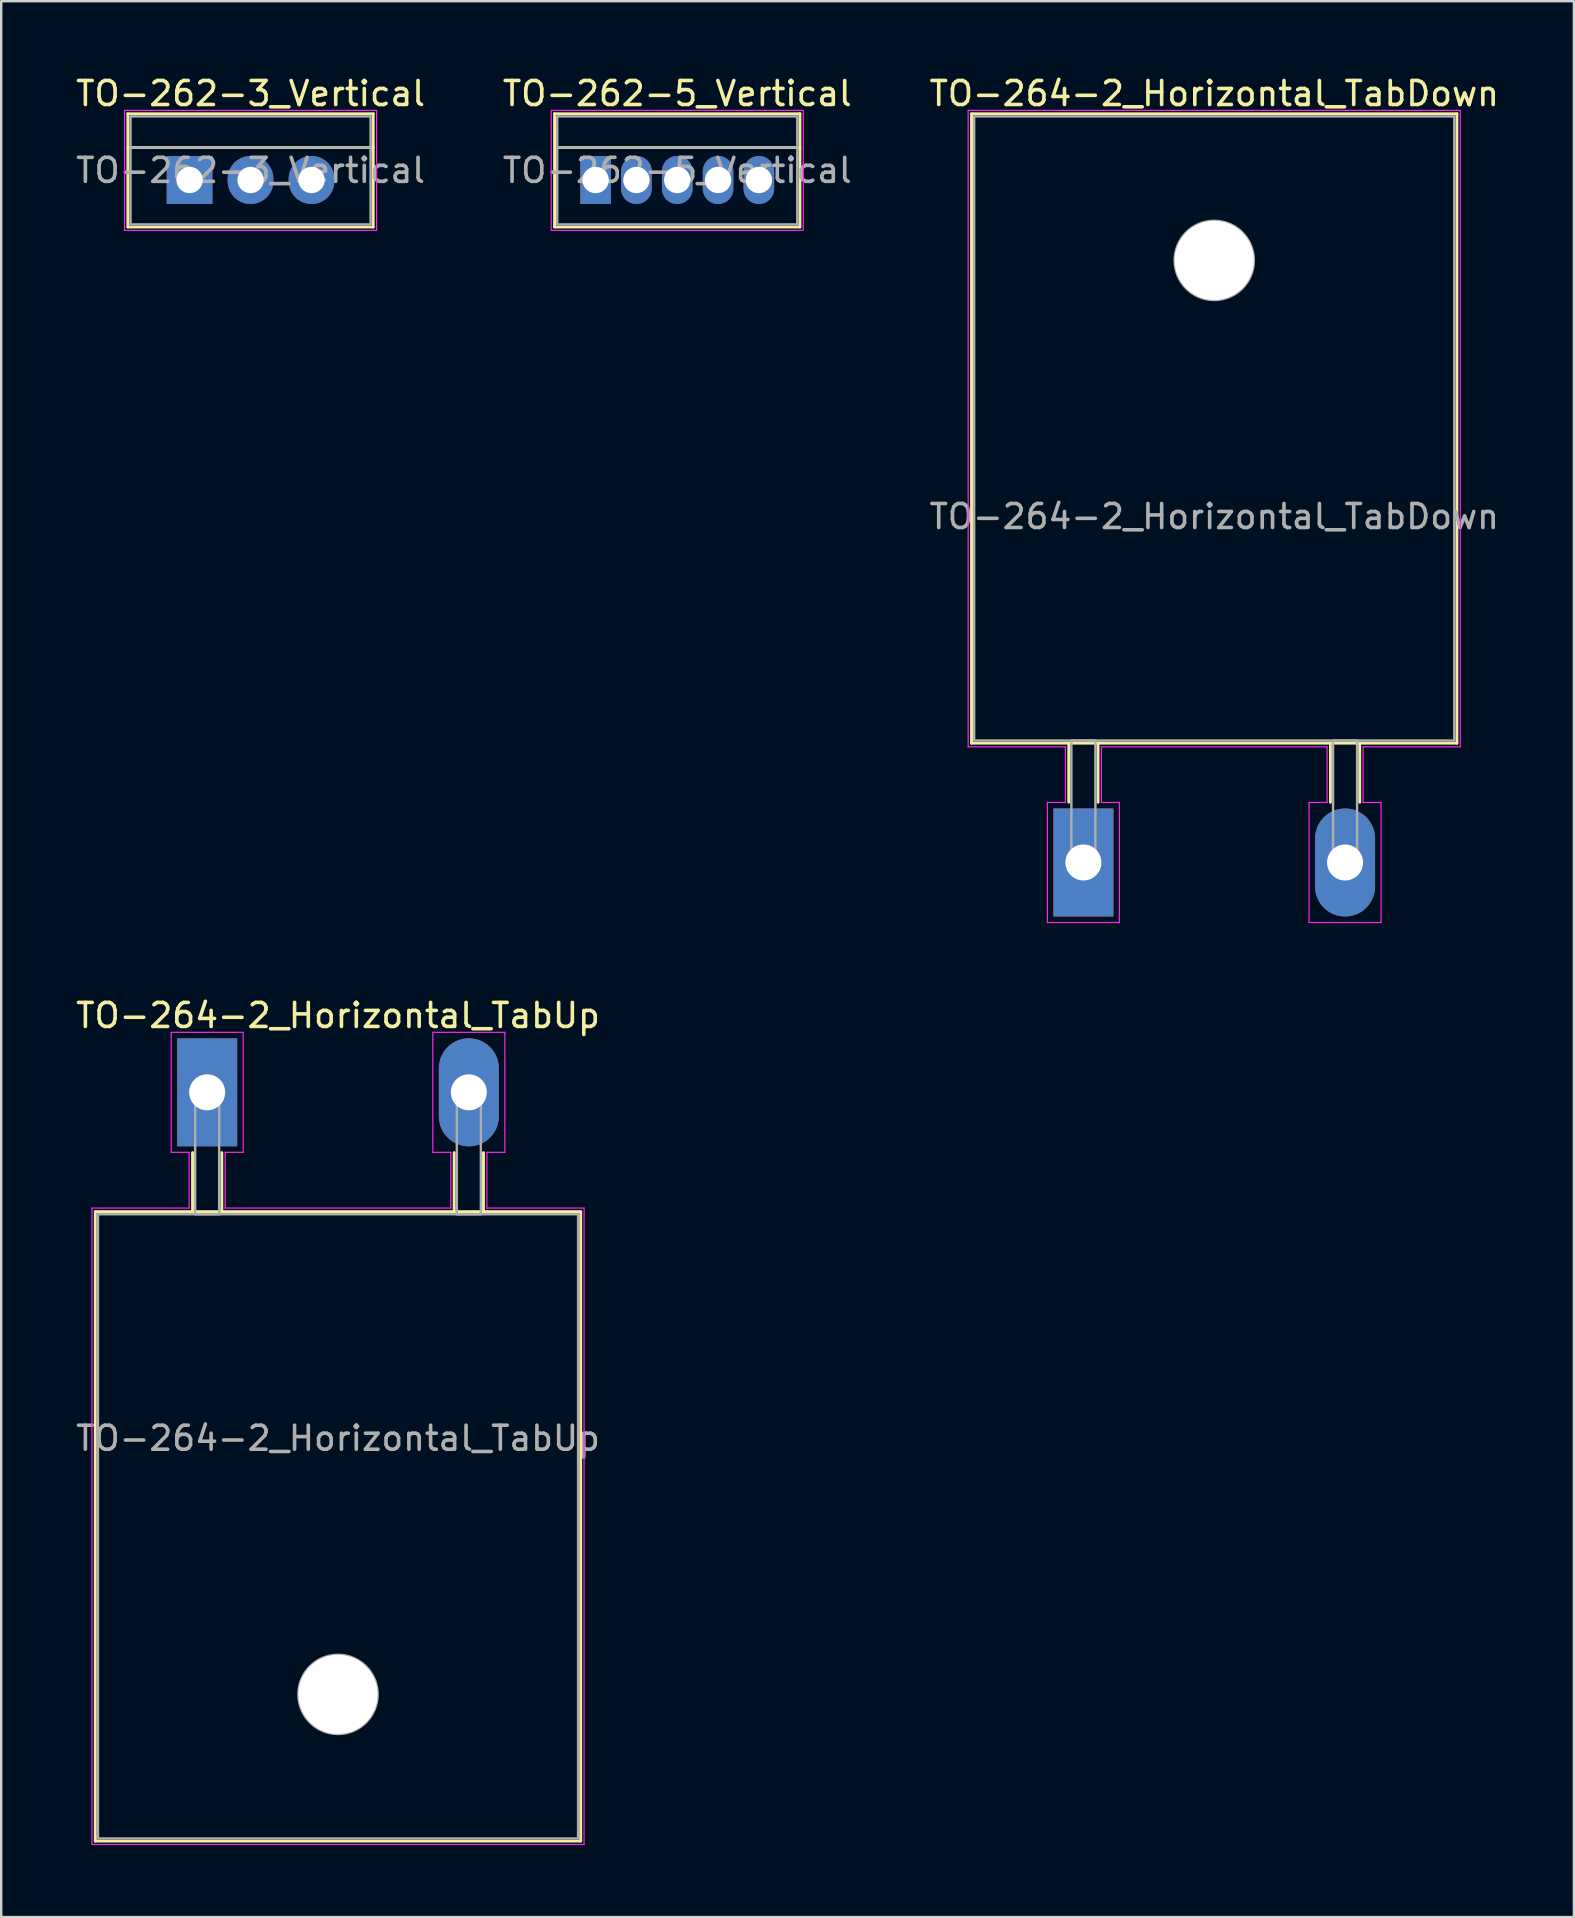
<source format=kicad_pcb>
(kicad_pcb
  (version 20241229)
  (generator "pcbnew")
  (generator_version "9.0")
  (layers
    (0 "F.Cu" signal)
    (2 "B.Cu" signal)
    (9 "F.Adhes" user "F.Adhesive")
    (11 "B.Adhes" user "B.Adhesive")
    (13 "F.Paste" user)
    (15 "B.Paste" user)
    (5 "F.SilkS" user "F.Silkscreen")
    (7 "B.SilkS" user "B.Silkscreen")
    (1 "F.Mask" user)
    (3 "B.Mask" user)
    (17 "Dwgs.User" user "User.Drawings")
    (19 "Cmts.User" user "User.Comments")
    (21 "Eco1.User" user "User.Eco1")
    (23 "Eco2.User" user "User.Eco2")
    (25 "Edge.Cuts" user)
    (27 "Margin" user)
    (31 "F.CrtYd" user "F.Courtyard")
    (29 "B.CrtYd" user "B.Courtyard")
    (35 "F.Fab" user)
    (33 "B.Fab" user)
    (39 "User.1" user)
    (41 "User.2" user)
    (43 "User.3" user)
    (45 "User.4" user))
  (footprint "TO-262-5_Vertical"
    (layer "F.Cu")
    (at 21.761 4.448)
    (property "Reference" "TO-262-5_Vertical" (at 3.4 -3.6 0) (layer "F.SilkS") (effects (font (size 1 1) (thickness 0.15))))
    (attr through_hole)
    (fp_line (start -1.71 -2.76) (end 8.51 -2.76) (stroke (width 0.12) (type solid)) (layer "F.SilkS"))
    (fp_line (start -1.71 -1.35) (end 8.51 -1.35) (stroke (width 0.12) (type solid)) (layer "F.SilkS"))
    (fp_line (start -1.71 1.96) (end -1.71 -2.76) (stroke (width 0.12) (type solid)) (layer "F.SilkS"))
    (fp_line (start 8.51 -2.76) (end 8.51 1.96) (stroke (width 0.12) (type solid)) (layer "F.SilkS"))
    (fp_line (start 8.51 1.96) (end -1.71 1.96) (stroke (width 0.12) (type solid)) (layer "F.SilkS"))
    (fp_rect (start -1.85 -2.9) (end 8.65 2.1) (stroke (width 0.05) (type solid)) (fill no) (layer "F.CrtYd"))
    (fp_line (start -1.6 -1.35) (end 8.4 -1.35) (stroke (width 0.1) (type solid)) (layer "F.Fab"))
    (fp_rect (start -1.6 -2.65) (end 8.4 1.85) (stroke (width 0.1) (type solid)) (fill no) (layer "F.Fab"))
    (fp_text user "${REFERENCE}" (at 3.4 -0.4 0) (layer "F.Fab") (effects (font (size 1 1) (thickness 0.15))))
    (pad "1" thru_hole rect (at 0 0) (size 1.275 2) (drill 1.1) (layers "*.Cu" "*.Mask"))
    (pad "2" thru_hole oval (at 1.7 0) (size 1.275 2) (drill 1.1) (layers "*.Cu" "*.Mask"))
    (pad "3" thru_hole oval (at 3.4 0) (size 1.275 2) (drill 1.1) (layers "*.Cu" "*.Mask"))
    (pad "4" thru_hole oval (at 5.1 0) (size 1.275 2) (drill 1.1) (layers "*.Cu" "*.Mask"))
    (pad "5" thru_hole oval (at 6.8 0) (size 1.275 2) (drill 1.1) (layers "*.Cu" "*.Mask")))
  (footprint "TO-262-3_Vertical"
    (layer "F.Cu")
    (at 4.847 4.448)
    (property "Reference" "TO-262-3_Vertical" (at 2.54 -3.6 0) (layer "F.SilkS") (effects (font (size 1 1) (thickness 0.15))))
    (attr through_hole)
    (fp_line (start -2.57 -2.76) (end 7.65 -2.76) (stroke (width 0.12) (type solid)) (layer "F.SilkS"))
    (fp_line (start -2.57 -1.35) (end 7.65 -1.35) (stroke (width 0.12) (type solid)) (layer "F.SilkS"))
    (fp_line (start -2.57 1.96) (end -2.57 -2.76) (stroke (width 0.12) (type solid)) (layer "F.SilkS"))
    (fp_line (start 7.65 -2.76) (end 7.65 1.96) (stroke (width 0.12) (type solid)) (layer "F.SilkS"))
    (fp_line (start 7.65 1.96) (end -2.57 1.96) (stroke (width 0.12) (type solid)) (layer "F.SilkS"))
    (fp_rect (start -2.71 -2.9) (end 7.79 2.1) (stroke (width 0.05) (type solid)) (fill no) (layer "F.CrtYd"))
    (fp_line (start -2.46 -1.35) (end 7.54 -1.35) (stroke (width 0.1) (type solid)) (layer "F.Fab"))
    (fp_rect (start -2.46 -2.65) (end 7.54 1.85) (stroke (width 0.1) (type solid)) (fill no) (layer "F.Fab"))
    (fp_text user "${REFERENCE}" (at 2.54 -0.4 0) (layer "F.Fab") (effects (font (size 1 1) (thickness 0.15))))
    (pad "1" thru_hole rect (at 0 0) (size 1.905 2) (drill 1.1) (layers "*.Cu" "*.Mask"))
    (pad "2" thru_hole oval (at 2.54 0) (size 1.905 2) (drill 1.1) (layers "*.Cu" "*.Mask"))
    (pad "3" thru_hole oval (at 5.08 0) (size 1.905 2) (drill 1.1) (layers "*.Cu" "*.Mask")))
  (footprint "TO-264-2_Horizontal_TabUp"
    (layer "F.Cu")
    (at 5.58 42.452)
    (property "Reference" "TO-264-2_Horizontal_TabUp" (at 5.45 -3.2 0) (layer "F.SilkS") (effects (font (size 1 1) (thickness 0.15))))
    (attr through_hole)
    (fp_line (start -4.66 4.97) (end -4.66 31.19) (stroke (width 0.12) (type solid)) (layer "F.SilkS"))
    (fp_line (start -4.66 4.97) (end 15.56 4.97) (stroke (width 0.12) (type solid)) (layer "F.SilkS"))
    (fp_line (start -4.66 31.19) (end 15.56 31.19) (stroke (width 0.12) (type solid)) (layer "F.SilkS"))
    (fp_line (start -0.61 4.97) (end -0.61 2.51) (stroke (width 0.12) (type solid)) (layer "F.SilkS"))
    (fp_line (start 0.61 4.97) (end 0.61 2.51) (stroke (width 0.12) (type solid)) (layer "F.SilkS"))
    (fp_line (start 10.29 4.97) (end 10.29 2.51) (stroke (width 0.12) (type solid)) (layer "F.SilkS"))
    (fp_line (start 11.51 4.97) (end 11.51 2.51) (stroke (width 0.12) (type solid)) (layer "F.SilkS"))
    (fp_line (start 15.56 4.97) (end 15.56 31.19) (stroke (width 0.12) (type solid)) (layer "F.SilkS"))
    (fp_line (start -4.8 4.82) (end -0.75 4.82) (stroke (width 0.05) (type solid)) (layer "F.CrtYd"))
    (fp_line (start -4.8 31.33) (end -4.8 4.82) (stroke (width 0.05) (type solid)) (layer "F.CrtYd"))
    (fp_line (start -1.5 -2.5) (end 1.5 -2.5) (stroke (width 0.05) (type solid)) (layer "F.CrtYd"))
    (fp_line (start -1.5 2.5) (end -1.5 -2.5) (stroke (width 0.05) (type solid)) (layer "F.CrtYd"))
    (fp_line (start -0.75 2.5) (end -1.5 2.5) (stroke (width 0.05) (type solid)) (layer "F.CrtYd"))
    (fp_line (start -0.75 4.82) (end -0.75 2.5) (stroke (width 0.05) (type solid)) (layer "F.CrtYd"))
    (fp_line (start 0.75 2.5) (end 0.75 4.82) (stroke (width 0.05) (type solid)) (layer "F.CrtYd"))
    (fp_line (start 0.75 4.82) (end 10.15 4.82) (stroke (width 0.05) (type solid)) (layer "F.CrtYd"))
    (fp_line (start 1.5 -2.5) (end 1.5 2.5) (stroke (width 0.05) (type solid)) (layer "F.CrtYd"))
    (fp_line (start 1.5 2.5) (end 0.75 2.5) (stroke (width 0.05) (type solid)) (layer "F.CrtYd"))
    (fp_line (start 9.4 -2.5) (end 12.4 -2.5) (stroke (width 0.05) (type solid)) (layer "F.CrtYd"))
    (fp_line (start 9.4 2.5) (end 9.4 -2.5) (stroke (width 0.05) (type solid)) (layer "F.CrtYd"))
    (fp_line (start 10.15 2.5) (end 9.4 2.5) (stroke (width 0.05) (type solid)) (layer "F.CrtYd"))
    (fp_line (start 10.15 4.82) (end 10.15 2.5) (stroke (width 0.05) (type solid)) (layer "F.CrtYd"))
    (fp_line (start 11.65 2.5) (end 11.65 4.82) (stroke (width 0.05) (type solid)) (layer "F.CrtYd"))
    (fp_line (start 11.65 4.82) (end 15.7 4.82) (stroke (width 0.05) (type solid)) (layer "F.CrtYd"))
    (fp_line (start 12.4 -2.5) (end 12.4 2.5) (stroke (width 0.05) (type solid)) (layer "F.CrtYd"))
    (fp_line (start 12.4 2.5) (end 11.65 2.5) (stroke (width 0.05) (type solid)) (layer "F.CrtYd"))
    (fp_line (start 15.7 4.82) (end 15.7 31.33) (stroke (width 0.05) (type solid)) (layer "F.CrtYd"))
    (fp_line (start 15.7 31.33) (end -4.8 31.33) (stroke (width 0.05) (type solid)) (layer "F.CrtYd"))
    (fp_rect (start -4.55 5.08) (end 15.45 31.08) (stroke (width 0.1) (type solid)) (fill no) (layer "F.Fab"))
    (fp_rect (start -0.5 0) (end 0.5 5.08) (stroke (width 0.1) (type solid)) (fill no) (layer "F.Fab"))
    (fp_rect (start 10.4 0) (end 11.4 5.08) (stroke (width 0.1) (type solid)) (fill no) (layer "F.Fab"))
    (fp_circle (center 5.45 25.08) (end 7.1 25.08) (stroke (width 0.1) (type solid)) (fill no) (layer "F.Fab"))
    (fp_text user "${REFERENCE}" (at 5.45 14.41 0) (layer "F.Fab") (effects (font (size 1 1) (thickness 0.15))))
    (pad "" np_thru_hole circle (at 5.45 25.08) (size 3.3 3.3) (drill 3.3) (layers "*.Cu" "*.Mask"))
    (pad "1" thru_hole rect (at 0 0) (size 2.5 4.5) (drill 1.5) (layers "*.Cu" "*.Mask"))
    (pad "2" thru_hole oval (at 10.9 0) (size 2.5 4.5) (drill 1.5) (layers "*.Cu" "*.Mask")))
  (footprint "TO-264-2_Horizontal_TabDown"
    (layer "F.Cu")
    (at 42.08 32.878)
    (property "Reference" "TO-264-2_Horizontal_TabDown" (at 5.45 -32.03 0) (layer "F.SilkS") (effects (font (size 1 1) (thickness 0.15))))
    (attr through_hole)
    (fp_line (start -4.66 -31.19) (end 15.56 -31.19) (stroke (width 0.12) (type solid)) (layer "F.SilkS"))
    (fp_line (start -4.66 -4.97) (end -4.66 -31.19) (stroke (width 0.12) (type solid)) (layer "F.SilkS"))
    (fp_line (start -4.66 -4.97) (end 15.56 -4.97) (stroke (width 0.12) (type solid)) (layer "F.SilkS"))
    (fp_line (start -0.61 -4.97) (end -0.61 -2.51) (stroke (width 0.12) (type solid)) (layer "F.SilkS"))
    (fp_line (start 0.61 -4.97) (end 0.61 -2.51) (stroke (width 0.12) (type solid)) (layer "F.SilkS"))
    (fp_line (start 10.29 -4.97) (end 10.29 -2.51) (stroke (width 0.12) (type solid)) (layer "F.SilkS"))
    (fp_line (start 11.51 -4.97) (end 11.51 -2.51) (stroke (width 0.12) (type solid)) (layer "F.SilkS"))
    (fp_line (start 15.56 -4.97) (end 15.56 -31.19) (stroke (width 0.12) (type solid)) (layer "F.SilkS"))
    (fp_line (start -4.8 -31.33) (end 15.7 -31.33) (stroke (width 0.05) (type solid)) (layer "F.CrtYd"))
    (fp_line (start -4.8 -4.82) (end -4.8 -31.33) (stroke (width 0.05) (type solid)) (layer "F.CrtYd"))
    (fp_line (start -1.5 -2.5) (end -0.75 -2.5) (stroke (width 0.05) (type solid)) (layer "F.CrtYd"))
    (fp_line (start -1.5 2.5) (end -1.5 -2.5) (stroke (width 0.05) (type solid)) (layer "F.CrtYd"))
    (fp_line (start -0.75 -4.82) (end -4.8 -4.82) (stroke (width 0.05) (type solid)) (layer "F.CrtYd"))
    (fp_line (start -0.75 -2.5) (end -0.75 -4.82) (stroke (width 0.05) (type solid)) (layer "F.CrtYd"))
    (fp_line (start 0.75 -4.82) (end 0.75 -2.5) (stroke (width 0.05) (type solid)) (layer "F.CrtYd"))
    (fp_line (start 0.75 -2.5) (end 1.5 -2.5) (stroke (width 0.05) (type solid)) (layer "F.CrtYd"))
    (fp_line (start 1.5 -2.5) (end 1.5 2.5) (stroke (width 0.05) (type solid)) (layer "F.CrtYd"))
    (fp_line (start 1.5 2.5) (end -1.5 2.5) (stroke (width 0.05) (type solid)) (layer "F.CrtYd"))
    (fp_line (start 9.4 -2.5) (end 10.15 -2.5) (stroke (width 0.05) (type solid)) (layer "F.CrtYd"))
    (fp_line (start 9.4 2.5) (end 9.4 -2.5) (stroke (width 0.05) (type solid)) (layer "F.CrtYd"))
    (fp_line (start 10.15 -4.82) (end 0.75 -4.82) (stroke (width 0.05) (type solid)) (layer "F.CrtYd"))
    (fp_line (start 10.15 -2.5) (end 10.15 -4.82) (stroke (width 0.05) (type solid)) (layer "F.CrtYd"))
    (fp_line (start 11.65 -4.82) (end 11.65 -2.5) (stroke (width 0.05) (type solid)) (layer "F.CrtYd"))
    (fp_line (start 11.65 -2.5) (end 12.4 -2.5) (stroke (width 0.05) (type solid)) (layer "F.CrtYd"))
    (fp_line (start 12.4 -2.5) (end 12.4 2.5) (stroke (width 0.05) (type solid)) (layer "F.CrtYd"))
    (fp_line (start 12.4 2.5) (end 9.4 2.5) (stroke (width 0.05) (type solid)) (layer "F.CrtYd"))
    (fp_line (start 15.7 -31.33) (end 15.7 -4.82) (stroke (width 0.05) (type solid)) (layer "F.CrtYd"))
    (fp_line (start 15.7 -4.82) (end 11.65 -4.82) (stroke (width 0.05) (type solid)) (layer "F.CrtYd"))
    (fp_rect (start -4.55 -31.08) (end 15.45 -5.08) (stroke (width 0.1) (type solid)) (fill no) (layer "F.Fab"))
    (fp_rect (start -0.5 -5.08) (end 0.5 0) (stroke (width 0.1) (type solid)) (fill no) (layer "F.Fab"))
    (fp_rect (start 10.4 -5.08) (end 11.4 0) (stroke (width 0.1) (type solid)) (fill no) (layer "F.Fab"))
    (fp_circle (center 5.45 -25.08) (end 7.1 -25.08) (stroke (width 0.1) (type solid)) (fill no) (layer "F.Fab"))
    (fp_text user "${REFERENCE}" (at 5.45 -14.41 0) (layer "F.Fab") (effects (font (size 1 1) (thickness 0.15))))
    (pad "" np_thru_hole circle (at 5.45 -25.08) (size 3.3 3.3) (drill 3.3) (layers "*.Cu" "*.Mask"))
    (pad "1" thru_hole rect (at 0 0) (size 2.5 4.5) (drill 1.5) (layers "*.Cu" "*.Mask"))
    (pad "2" thru_hole oval (at 10.9 0) (size 2.5 4.5) (drill 1.5) (layers "*.Cu" "*.Mask")))
  (gr_rect
    (start -3 -3)
    (end 62.512 76.806)
    (stroke (width 0.1) (type default))
    (fill no)
    (layer "Edge.Cuts")))
</source>
